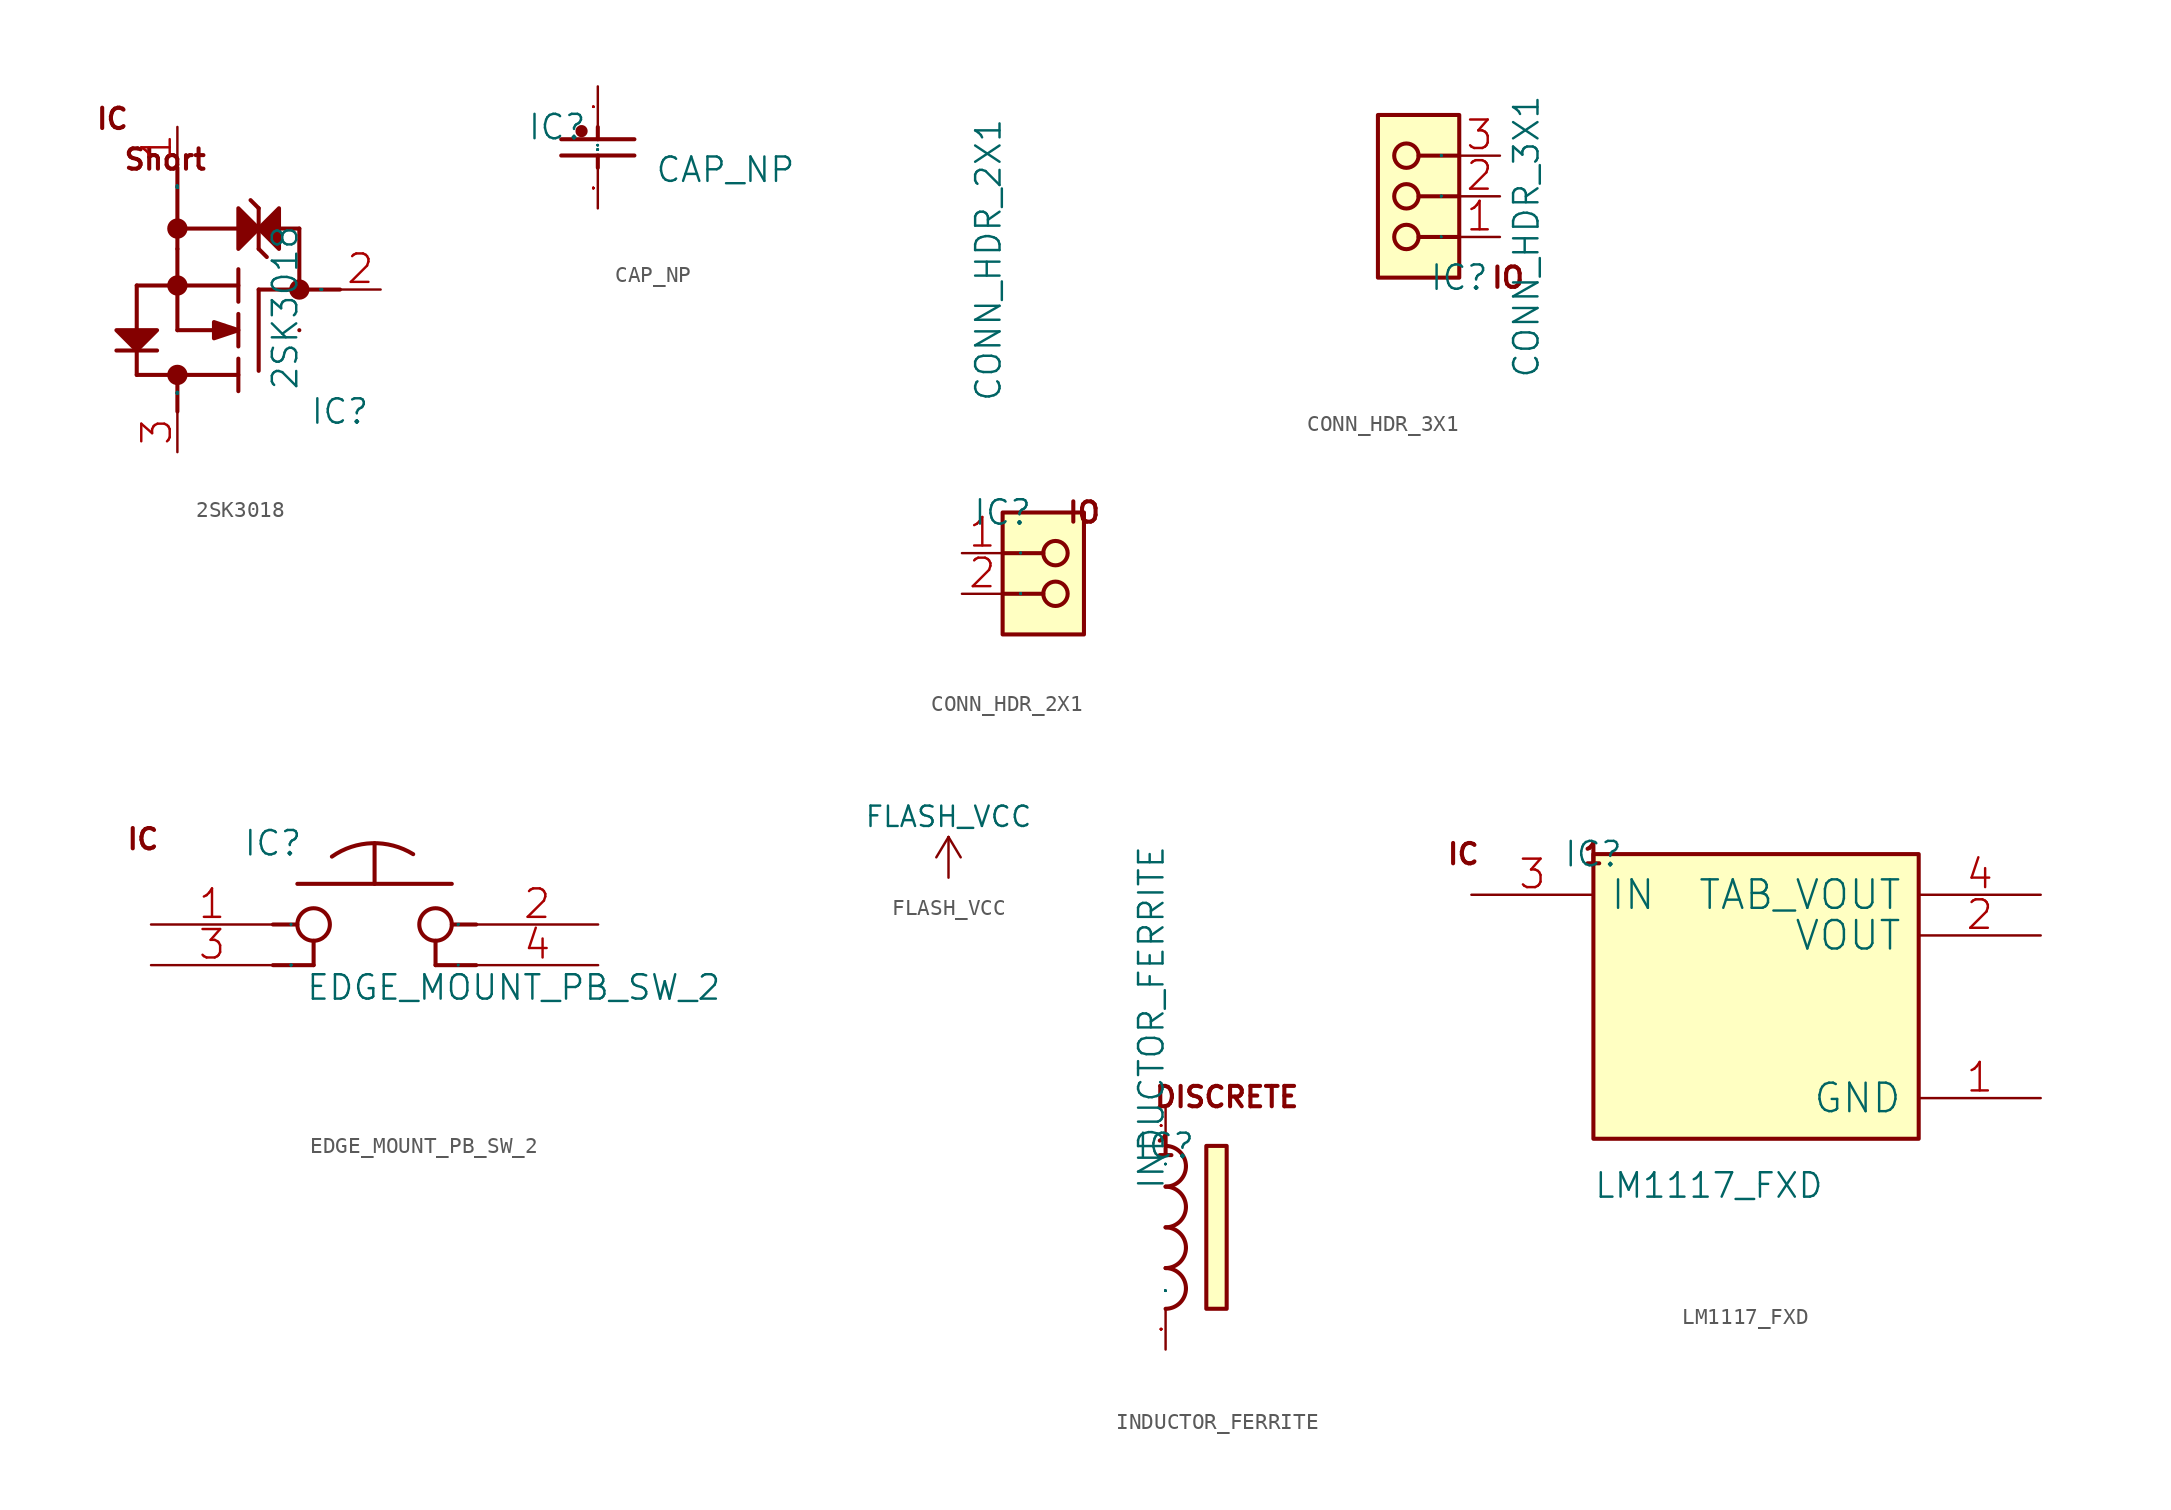
<source format=kicad_sym>
(kicad_symbol_lib
  (version 20220914)
  (generator kicad_symbol_editor)
  (symbol "2SK3018"
    (pin_names
      (offset 1.016))
    (property "Reference" "IC"
      (at 0 0 0)
      (effects (font (size 1.524 1.524))))
    (property "Value" "2SK3018"
      (at -2.54 1.27 90)
      (effects (font (size 1.524 1.524)) (justify left bottom)))
    (property "Footprint" ""
      (at 0 0 0)
      (effects (font (size 1.524 1.524))))
    (property "Datasheet" ""
      (at 0 0 0)
      (effects (font (size 1.524 1.524))))
    (symbol "2SK3018_0_1"
      (circle (center -10.16 2.286) (radius 0.508) (stroke (width 0.254) (type solid)) (fill (type outline)))
      (circle (center -10.16 7.874) (radius 0.508) (stroke (width 0.254) (type solid)) (fill (type outline)))
      (circle (center -10.16 11.43) (radius 0.508) (stroke (width 0.254) (type solid)) (fill (type outline)))
      (circle (center -2.54 7.62) (radius 0.508) (stroke (width 0.254) (type solid)) (fill (type outline)))
      (polyline (pts (xy -12.7 2.286) (xy -6.35 2.286)) (stroke (width 0.254) (type solid)) (fill (type none)))
      (polyline (pts (xy -12.7 3.81) (xy -12.7 2.286)) (stroke (width 0.254) (type solid)) (fill (type none)))
      (polyline (pts (xy -12.7 7.874) (xy -12.7 5.08)) (stroke (width 0.254) (type solid)) (fill (type none)))
      (polyline (pts (xy -11.43 3.81) (xy -13.97 3.81)) (stroke (width 0.254) (type solid)) (fill (type none)))
      (polyline (pts (xy -10.16 0) (xy -10.16 2.286)) (stroke (width 0.254) (type solid)) (fill (type none)))
      (polyline (pts (xy -10.16 5.08) (xy -10.16 10.16)) (stroke (width 0.254) (type solid)) (fill (type none)))
      (polyline (pts (xy -10.16 10.16) (xy -10.16 11.43)) (stroke (width 0.254) (type solid)) (fill (type none)))
      (polyline (pts (xy -10.16 11.43) (xy -10.16 15.24)) (stroke (width 0.254) (type solid)) (fill (type none)))
      (polyline (pts (xy -10.16 11.43) (xy -2.54 11.43)) (stroke (width 0.254) (type solid)) (fill (type none)))
      (polyline (pts (xy -7.62 5.08) (xy -10.16 5.08)) (stroke (width 0.254) (type solid)) (fill (type none)))
      (polyline (pts (xy -6.35 3.302) (xy -6.35 1.27)) (stroke (width 0.254) (type solid)) (fill (type none)))
      (polyline (pts (xy -6.35 6.096) (xy -6.35 4.064)) (stroke (width 0.254) (type solid)) (fill (type none)))
      (polyline (pts (xy -6.35 7.874) (xy -12.7 7.874)) (stroke (width 0.254) (type solid)) (fill (type none)))
      (polyline (pts (xy -6.35 8.89) (xy -6.35 6.858)) (stroke (width 0.254) (type solid)) (fill (type none)))
      (polyline (pts (xy -5.08 2.54) (xy -5.08 7.62)) (stroke (width 0.254) (type solid)) (fill (type none)))
      (polyline (pts (xy -5.08 10.16) (xy -4.572 9.652)) (stroke (width 0.254) (type solid)) (fill (type none)))
      (polyline (pts (xy -5.08 12.7) (xy -5.588 13.208)) (stroke (width 0.254) (type solid)) (fill (type none)))
      (polyline (pts (xy -5.08 12.7) (xy -5.08 10.16)) (stroke (width 0.254) (type solid)) (fill (type none)))
      (polyline (pts (xy -2.54 11.43) (xy -2.54 7.62)) (stroke (width 0.254) (type solid)) (fill (type none)))
      (polyline (pts (xy 0 7.62) (xy -5.08 7.62)) (stroke (width 0.254) (type solid)) (fill (type none)))
      (polyline (pts (xy -2.54 5.08) (xy -2.54 5.08) (xy -2.54 5.08)) (stroke (width 0.254) (type solid)) (fill (type none)))
      (polyline (pts (xy -11.43 5.08) (xy -13.97 5.08) (xy -12.7 3.81) (xy -11.43 5.08) (xy -11.43 5.08)) (stroke (width 0.254) (type solid)) (fill (type outline)))
      (polyline (pts (xy -6.35 5.08) (xy -7.874 4.572) (xy -7.874 5.588) (xy -6.35 5.08) (xy -6.35 5.08)) (stroke (width 0.254) (type solid)) (fill (type outline)))
      (polyline (pts (xy -6.35 12.7) (xy -6.35 10.16) (xy -5.08 11.43) (xy -6.35 12.7) (xy -6.35 12.7)) (stroke (width 0.254) (type solid)) (fill (type outline)))
      (polyline (pts (xy -3.81 12.7) (xy -3.81 10.16) (xy -5.08 11.43) (xy -3.81 12.7) (xy -3.81 12.7)) (stroke (width 0.254) (type solid)) (fill (type outline)))
      (pin passive line (at -10.16 17.78 270) (length 2.54) (name "SOURCE" (effects (font (size 0.025 0.025)))) (number "1" (effects (font (size 1.778 1.778)))))
      (pin input line (at 2.54 7.62 180) (length 2.54) (name "GATE" (effects (font (size 0.025 0.025)))) (number "2" (effects (font (size 1.778 1.778)))))
      (pin passive line (at -10.16 -2.54 90) (length 2.54) (name "DRAIN" (effects (font (size 0.025 0.025)))) (number "3" (effects (font (size 1.778 1.778))))))
    (symbol "2SK3018_1_1"
      (text "IC" (at -14.224 18.288 0) (effects (font (size 1.27 1.27) bold)))
      (text "Short" (at -10.922 15.748 0) (effects (font (size 1.27 1.27) bold)))))
  (symbol "CAP_NP"
    (pin_names
      (offset 1.016))
    (property "Reference" "IC"
      (at 0 0 0)
      (effects (font (size 1.524 1.524))))
    (property "Value" "CAP_NP"
      (at 6.096 -3.556 0)
      (effects (font (size 1.524 1.524)) (justify left bottom)))
    (property "Footprint" ""
      (at 0 0 0)
      (effects (font (size 1.524 1.524))))
    (property "Datasheet" ""
      (at 0 0 0)
      (effects (font (size 1.524 1.524))))
    (symbol "CAP_NP_0_1"
      (polyline (pts (xy 0.254 -1.778) (xy 4.826 -1.778)) (stroke (width 0.254) (type solid)) (fill (type none)))
      (polyline (pts (xy 0.254 -0.762) (xy 4.826 -0.762)) (stroke (width 0.254) (type solid)) (fill (type none)))
      (polyline (pts (xy 2.54 -2.54) (xy 2.54 -1.778)) (stroke (width 0.254) (type solid)) (fill (type none)))
      (polyline (pts (xy 2.54 0) (xy 2.54 -0.762)) (stroke (width 0.254) (type solid)) (fill (type none)))
      (circle (center 1.524 -0.254) (radius 0.254) (stroke (width 0.254) (type solid)) (fill (type outline)))
      (pin passive line (at 2.54 2.54 270) (length 2.54) (name "1" (effects (font (size 0.025 0.025)))) (number "1" (effects (font (size 0.025 0.025)))))
      (pin passive line (at 2.54 -5.08 90) (length 2.54) (name "2" (effects (font (size 0.025 0.025)))) (number "2" (effects (font (size 0.025 0.025))))))
    (symbol "CAP_NP_1_1"
      (text " " (at -2.286 -6.096 0) (effects (font (size 1.27 1.27) bold)))
      (text " " (at 7.366 -6.096 0) (effects (font (size 1.27 1.27) bold)))))
  (symbol "CONN_HDR_2X1"
    (pin_names
      (offset 1.016))
    (property "Reference" "IC"
      (at 0 0 0)
      (effects (font (size 1.524 1.524))))
    (property "Value" "CONN_HDR_2X1"
      (at 0 6.858 90)
      (effects (font (size 1.524 1.524)) (justify left bottom)))
    (property "Footprint" ""
      (at 0 0 0)
      (effects (font (size 1.524 1.524))))
    (property "Datasheet" ""
      (at 0 0 0)
      (effects (font (size 1.524 1.524))))
    (symbol "CONN_HDR_2X1_0_1"
      (polyline (pts (xy 0 -5.08) (xy 2.54 -5.08)) (stroke (width 0.254) (type solid)) (fill (type none)))
      (polyline (pts (xy 0 -2.54) (xy 2.54 -2.54)) (stroke (width 0.254) (type solid)) (fill (type none)))
      (rectangle (start 0 0) (end 5.08 -7.62) (stroke (width 0.254) (type solid)) (fill (type background)))
      (circle (center 3.302 -5.08) (radius 0.762) (stroke (width 0.254) (type solid)) (fill (type none)))
      (circle (center 3.302 -2.54) (radius 0.762) (stroke (width 0.254) (type solid)) (fill (type none)))
      (pin passive line (at -2.54 -2.54 0) (length 2.54) (name "1" (effects (font (size 0.025 0.025)))) (number "1" (effects (font (size 1.778 1.778)))))
      (pin passive line (at -2.54 -5.08 0) (length 2.54) (name "2" (effects (font (size 0.025 0.025)))) (number "2" (effects (font (size 1.778 1.778))))))
    (symbol "CONN_HDR_2X1_1_1"
      (text " " (at -5.08 0 0) (effects (font (size 1.27 1.27) bold)))
      (text "IO" (at 5.08 0 0) (effects (font (size 1.27 1.27) bold)))))
  (symbol "CONN_HDR_3X1"
    (pin_names
      (offset 1.016))
    (property "Reference" "IC"
      (at 0 0 0)
      (effects (font (size 1.524 1.524))))
    (property "Value" "CONN_HDR_3X1"
      (at 5.08 -6.35 90)
      (effects (font (size 1.524 1.524)) (justify left bottom)))
    (property "Footprint" ""
      (at 0 0 0)
      (effects (font (size 1.524 1.524))))
    (property "Datasheet" ""
      (at 0 0 0)
      (effects (font (size 1.524 1.524))))
    (symbol "CONN_HDR_3X1_0_1"
      (rectangle (start -5.08 0) (end 0 10.16) (stroke (width 0.254) (type solid)) (fill (type background)))
      (circle (center -3.302 2.54) (radius 0.762) (stroke (width 0.254) (type solid)) (fill (type none)))
      (circle (center -3.302 5.08) (radius 0.762) (stroke (width 0.254) (type solid)) (fill (type none)))
      (circle (center -3.302 7.62) (radius 0.762) (stroke (width 0.254) (type solid)) (fill (type none)))
      (polyline (pts (xy 0 2.54) (xy -2.54 2.54)) (stroke (width 0.254) (type solid)) (fill (type none)))
      (polyline (pts (xy 0 5.08) (xy -2.54 5.08)) (stroke (width 0.254) (type solid)) (fill (type none)))
      (polyline (pts (xy 0 7.62) (xy -2.54 7.62)) (stroke (width 0.254) (type solid)) (fill (type none)))
      (pin passive line (at 2.54 2.54 180) (length 2.54) (name "1" (effects (font (size 0.025 0.025)))) (number "1" (effects (font (size 1.778 1.778)))))
      (pin passive line (at 2.54 5.08 180) (length 2.54) (name "2" (effects (font (size 0.025 0.025)))) (number "2" (effects (font (size 1.778 1.778)))))
      (pin passive line (at 2.54 7.62 180) (length 2.54) (name "3" (effects (font (size 0.025 0.025)))) (number "3" (effects (font (size 1.778 1.778))))))
    (symbol "CONN_HDR_3X1_1_1"
      (text " " (at -14.224 10.16 0) (effects (font (size 1.27 1.27) bold)))
      (text "IO" (at 3.048 0 0) (effects (font (size 1.27 1.27) bold)))))
  (symbol "EDGE_MOUNT_PB_SW_2"
    (pin_names
      (offset 1.016))
    (property "Reference" "IC"
      (at 0 0 0)
      (effects (font (size 1.524 1.524))))
    (property "Value" "EDGE_MOUNT_PB_SW_2"
      (at 2.032 -9.906 0)
      (effects (font (size 1.524 1.524)) (justify left bottom)))
    (property "Footprint" ""
      (at 0 0 0)
      (effects (font (size 1.524 1.524))))
    (property "Datasheet" ""
      (at 0 0 0)
      (effects (font (size 1.524 1.524))))
    (symbol "EDGE_MOUNT_PB_SW_2_0_1"
      (polyline (pts (xy 0 -7.62) (xy 2.54 -7.62)) (stroke (width 0.254) (type solid)) (fill (type none)))
      (polyline (pts (xy 0 -5.08) (xy 1.524 -5.08)) (stroke (width 0.254) (type solid)) (fill (type none)))
      (polyline (pts (xy 1.524 -2.54) (xy 11.176 -2.54)) (stroke (width 0.254) (type solid)) (fill (type none)))
      (polyline (pts (xy 2.54 -7.62) (xy 2.54 -6.096)) (stroke (width 0.254) (type solid)) (fill (type none)))
      (polyline (pts (xy 6.35 -2.54) (xy 6.35 0)) (stroke (width 0.254) (type solid)) (fill (type none)))
      (polyline (pts (xy 10.16 -6.096) (xy 10.16 -7.62)) (stroke (width 0.254) (type solid)) (fill (type none)))
      (polyline (pts (xy 12.7 -7.62) (xy 10.16 -7.62)) (stroke (width 0.254) (type solid)) (fill (type none)))
      (polyline (pts (xy 12.7 -5.08) (xy 11.176 -5.08)) (stroke (width 0.254) (type solid)) (fill (type none)))
      (circle (center 2.54 -5.08) (radius 1.016) (stroke (width 0.254) (type solid)) (fill (type none)))
      (circle (center 10.16 -5.08) (radius 1.016) (stroke (width 0.254) (type solid)) (fill (type none)))
      (pin passive line (at -7.62 -5.08 0) (length 7.62) (name "1" (effects (font (size 0.025 0.025)))) (number "1" (effects (font (size 1.778 1.778)))))
      (pin passive line (at 20.32 -5.08 180) (length 7.62) (name "2" (effects (font (size 0.025 0.025)))) (number "2" (effects (font (size 1.778 1.778)))))
      (pin passive line (at -7.62 -7.62 0) (length 7.62) (name "3" (effects (font (size 0.025 0.025)))) (number "3" (effects (font (size 1.778 1.778)))))
      (pin passive line (at 20.32 -7.62 180) (length 7.62) (name "4" (effects (font (size 0.025 0.025)))) (number "4" (effects (font (size 1.778 1.778))))))
    (symbol "EDGE_MOUNT_PB_SW_2_1_1"
      (arc (start 8.763 -0.6858) (mid 6.2023 0) (end 3.683 -0.8382) (stroke (width 0.254) (type solid)) (fill (type none)))
      (text " " (at 2.032 -14.986 0) (effects (font (size 1.27 1.27) bold)))
      (text "IC" (at -8.128 0.254 0) (effects (font (size 1.27 1.27) bold)))))
  (symbol "FLASH_VCC"
    (power)
    (pin_names
      (offset 0))
    (property "Reference" "#PWR"
      (at 0 -3.81 0)
      (effects (font (size 1.27 1.27)) hide))
    (property "Value" "FLASH_VCC"
      (at 0 3.81 0)
      (effects (font (size 1.27 1.27))))
    (property "Footprint" ""
      (at 0 0 0)
      (effects (font (size 1.524 1.524))))
    (property "Datasheet" ""
      (at 0 0 0)
      (effects (font (size 1.524 1.524))))
    (symbol "FLASH_VCC_0_1"
      (polyline (pts (xy -0.762 1.27) (xy 0 2.54)) (stroke (width 0) (type solid)) (fill (type none)))
      (polyline (pts (xy 0 0) (xy 0 2.54)) (stroke (width 0) (type solid)) (fill (type none)))
      (polyline (pts (xy 0 2.54) (xy 0.762 1.27)) (stroke (width 0) (type solid)) (fill (type none))))
    (symbol "FLASH_VCC_1_1"
      (pin power_in line (at 0 0 90) (length 0) hide (name "FLASH_VCC" (effects (font (size 1.27 1.27)))) (number "1" (effects (font (size 1.27 1.27)))))))
  (symbol "INDUCTOR_FERRITE"
    (pin_names
      (offset 1.016))
    (property "Reference" "IC"
      (at 0 0 0)
      (effects (font (size 1.524 1.524))))
    (property "Value" "INDUCTOR_FERRITE"
      (at 0 -2.794 90)
      (effects (font (size 1.524 1.524)) (justify left bottom)))
    (property "Footprint" ""
      (at 0 0 0)
      (effects (font (size 1.524 1.524))))
    (property "Datasheet" ""
      (at 0 0 0)
      (effects (font (size 1.524 1.524))))
    (symbol "INDUCTOR_FERRITE_0_1"
      (rectangle (start 2.54 0) (end 3.81 -10.16) (stroke (width 0.254) (type solid)) (fill (type background)))
      (pin passive line (at 0 2.54 270) (length 2.54) (name "1" (effects (font (size 0.025 0.025)))) (number "1" (effects (font (size 0.025 0.025)))))
      (pin passive line (at 0 -12.7 90) (length 2.54) (name "2" (effects (font (size 0.025 0.025)))) (number "2" (effects (font (size 0.025 0.025))))))
    (symbol "INDUCTOR_FERRITE_1_1"
      (arc (start 0 -10.16) (mid 0.898 -9.788) (end 1.27 -8.89) (stroke (width 0.254) (type solid)) (fill (type none)))
      (arc (start 0 -7.62) (mid 0.898 -7.248) (end 1.27 -6.35) (stroke (width 0.254) (type solid)) (fill (type none)))
      (arc (start 0 -5.08) (mid 0.898 -4.708) (end 1.27 -3.81) (stroke (width 0.254) (type solid)) (fill (type none)))
      (arc (start 0 -2.54) (mid 0.898 -2.168) (end 1.27 -1.27) (stroke (width 0.254) (type solid)) (fill (type none)))
      (arc (start 1.27 -8.89) (mid 0.898 -7.992) (end 0 -7.62) (stroke (width 0.254) (type solid)) (fill (type none)))
      (arc (start 1.27 -6.35) (mid 0.898 -5.452) (end 0 -5.08) (stroke (width 0.254) (type solid)) (fill (type none)))
      (arc (start 1.27 -3.81) (mid 0.898 -2.912) (end 0 -2.54) (stroke (width 0.254) (type solid)) (fill (type none)))
      (arc (start 1.27 -1.27) (mid 0.898 -0.372) (end 0 0) (stroke (width 0.254) (type solid)) (fill (type none)))
      (text " " (at 0 0 0) (effects (font (size 1.27 1.27) bold)))
      (text "1" (at 0 0 0) (effects (font (size 1.27 1.27) bold)))
      (text "DISCRETE" (at 3.81 3.048 0) (effects (font (size 1.27 1.27) bold)))))
  (symbol "LM1117_FXD"
    (pin_names
      (offset 1.016))
    (property "Reference" "IC"
      (at 0 0 0)
      (effects (font (size 1.524 1.524))))
    (property "Value" "LM1117_FXD"
      (at 0 -21.59 0)
      (effects (font (size 1.524 1.524)) (justify left bottom)))
    (property "Footprint" ""
      (at 0 0 0)
      (effects (font (size 1.524 1.524))))
    (property "Datasheet" ""
      (at 0 0 0)
      (effects (font (size 1.524 1.524))))
    (symbol "LM1117_FXD_0_1"
      (rectangle (start 0 -17.78) (end 20.32 0) (stroke (width 0.254) (type solid)) (fill (type background)))
      (pin power_in line (at 27.94 -15.24 180) (length 7.62) (name "GND" (effects (font (size 1.778 1.778)))) (number "1" (effects (font (size 1.778 1.778)))))
      (pin power_in line (at 27.94 -5.08 180) (length 7.62) (name "VOUT" (effects (font (size 1.778 1.778)))) (number "2" (effects (font (size 1.778 1.778)))))
      (pin power_in line (at -7.62 -2.54 0) (length 7.62) (name "IN" (effects (font (size 1.778 1.778)))) (number "3" (effects (font (size 1.778 1.778)))))
      (pin power_in line (at 27.94 -2.54 180) (length 7.62) (name "TAB_VOUT" (effects (font (size 1.778 1.778)))) (number "4" (effects (font (size 1.778 1.778))))))
    (symbol "LM1117_FXD_1_1"
      (text " " (at 0 -24.13 0) (effects (font (size 1.27 1.27) bold)))
      (text " " (at 0 0 0) (effects (font (size 1.27 1.27) bold)))
      (text "1" (at 0 0 0) (effects (font (size 1.27 1.27) bold)))
      (text "IC" (at -8.128 0 0) (effects (font (size 1.27 1.27) bold))))))
</source>
